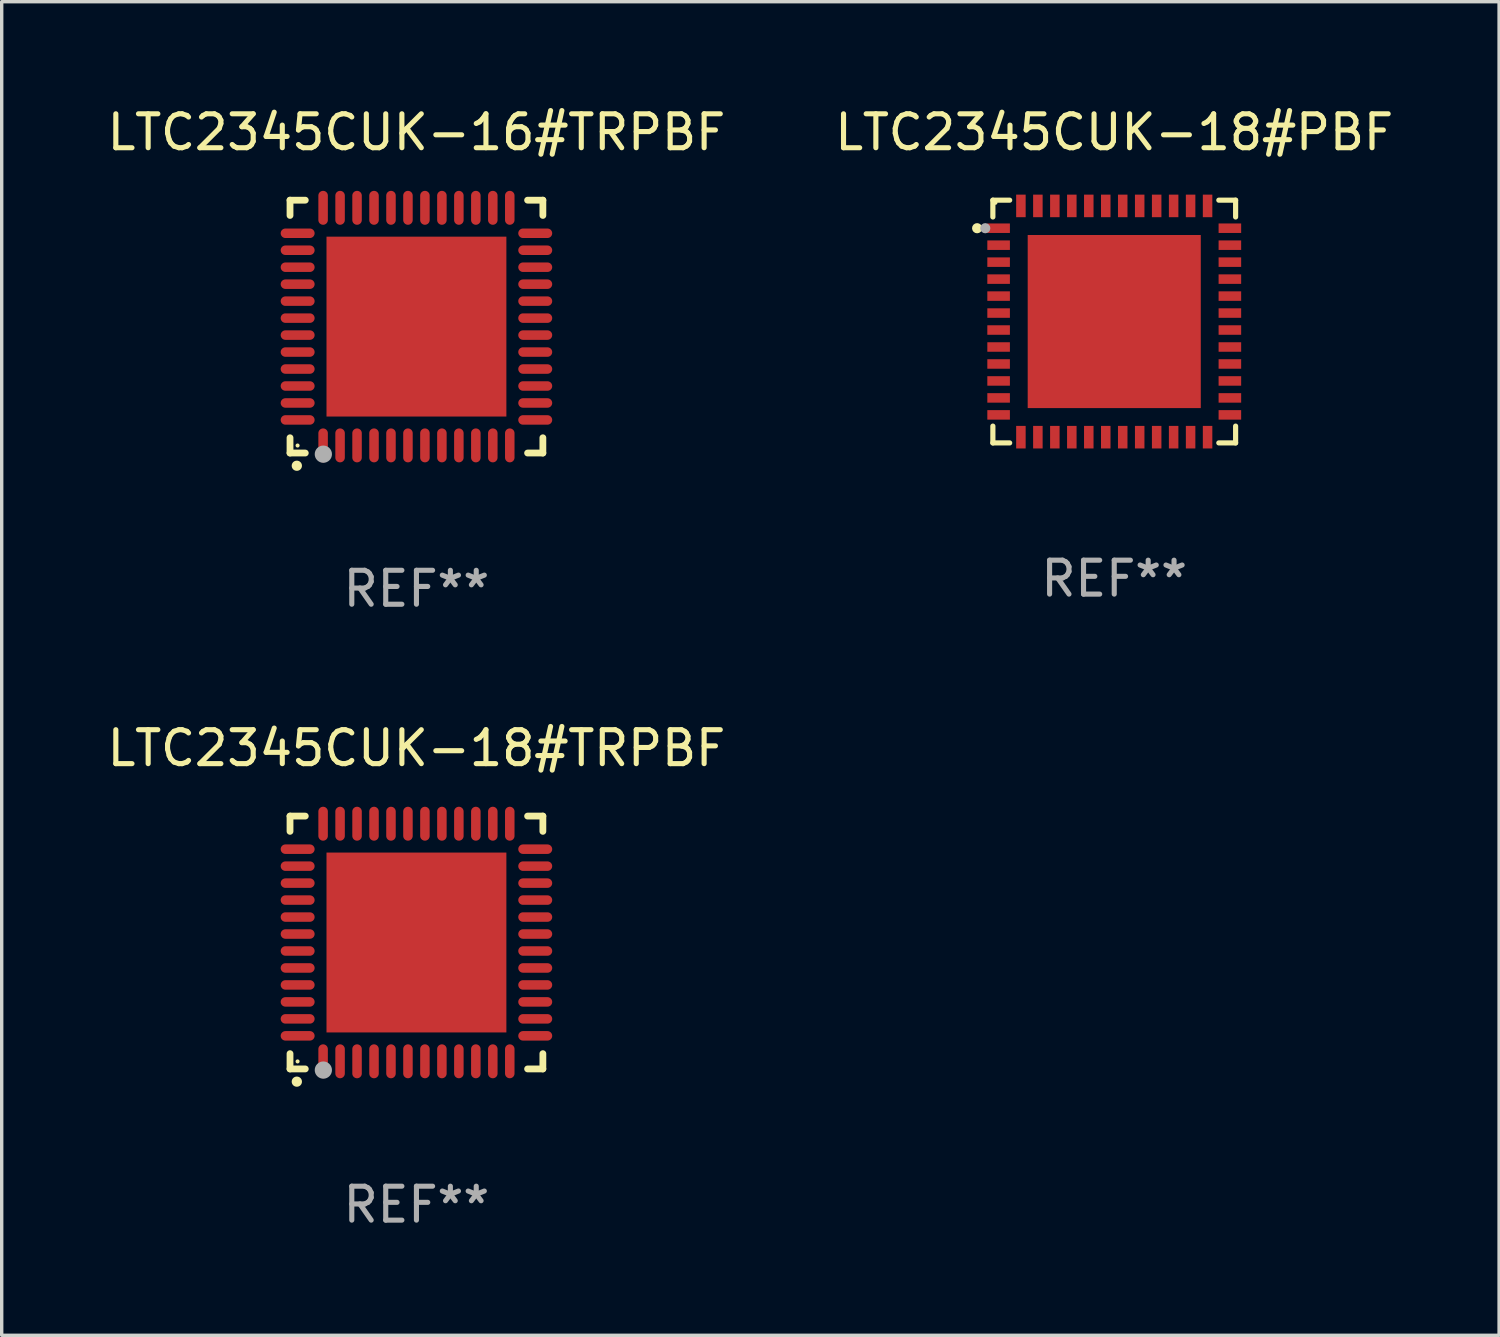
<source format=kicad_pcb>
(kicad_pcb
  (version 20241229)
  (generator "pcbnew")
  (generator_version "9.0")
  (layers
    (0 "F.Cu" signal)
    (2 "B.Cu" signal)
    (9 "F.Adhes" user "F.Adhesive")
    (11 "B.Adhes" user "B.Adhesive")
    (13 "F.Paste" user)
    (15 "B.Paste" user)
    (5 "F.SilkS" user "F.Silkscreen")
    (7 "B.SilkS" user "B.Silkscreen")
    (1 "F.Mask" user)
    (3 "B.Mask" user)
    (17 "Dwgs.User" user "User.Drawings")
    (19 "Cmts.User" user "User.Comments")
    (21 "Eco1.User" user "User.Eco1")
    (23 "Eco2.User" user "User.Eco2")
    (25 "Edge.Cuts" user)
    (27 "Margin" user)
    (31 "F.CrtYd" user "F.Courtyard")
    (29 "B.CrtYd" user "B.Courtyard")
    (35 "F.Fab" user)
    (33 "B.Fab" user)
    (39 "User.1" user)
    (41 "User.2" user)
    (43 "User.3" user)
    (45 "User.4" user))
  (footprint "LTC2345CUK-18#TRPBF"
    (layer "F.Cu")
    (at 9.22 24.72)
    (property "Reference" "LTC2345CUK-18#TRPBF" (at 0 -5.725 0) (layer "F.SilkS") (effects (font (size 1 1) (thickness 0.15))))
    (attr through_hole)
    (fp_line (start -3.725 -3.725) (end -3.275 -3.725) (stroke (width 0.2) (type solid)) (layer "F.SilkS"))
    (fp_line (start -3.725 -3.275) (end -3.725 -3.725) (stroke (width 0.2) (type solid)) (layer "F.SilkS"))
    (fp_line (start -3.725 3.725) (end -3.725 3.275) (stroke (width 0.2) (type solid)) (layer "F.SilkS"))
    (fp_line (start -3.275 3.725) (end -3.725 3.725) (stroke (width 0.2) (type solid)) (layer "F.SilkS"))
    (fp_line (start 3.275 3.725) (end 3.725 3.725) (stroke (width 0.2) (type solid)) (layer "F.SilkS"))
    (fp_line (start 3.725 -3.725) (end 3.275 -3.725) (stroke (width 0.2) (type solid)) (layer "F.SilkS"))
    (fp_line (start 3.725 -3.275) (end 3.725 -3.725) (stroke (width 0.2) (type solid)) (layer "F.SilkS"))
    (fp_line (start 3.725 3.725) (end 3.725 3.275) (stroke (width 0.2) (type solid)) (layer "F.SilkS"))
    (fp_arc (start -3.525527 4.099568) (mid -3.524257 4.099563) (end -3.522987 4.099568) (stroke (width 0.3) (type solid)) (layer "F.SilkS"))
    (fp_circle (center -3.502 3.504) (end -3.472 3.504) (stroke (width 0.06) (type solid)) (fill no) (layer "F.SilkS"))
    (fp_circle (center -2.743 3.759) (end -2.616 3.759) (stroke (width 0.254) (type solid)) (fill no) (layer "F.Fab"))
    (fp_text user "REF**" (at 0 7.725 0) (layer "F.Fab") (effects (font (size 1 1) (thickness 0.15))))
    (pad "1" smd oval (at -2.75 3.5) (size 0.28 1) (layers "F.Cu" "F.Mask" "F.Paste"))
    (pad "2" smd oval (at -2.25 3.5) (size 0.28 1) (layers "F.Cu" "F.Mask" "F.Paste"))
    (pad "3" smd oval (at -1.75 3.5) (size 0.28 1) (layers "F.Cu" "F.Mask" "F.Paste"))
    (pad "4" smd oval (at -1.25 3.5) (size 0.28 1) (layers "F.Cu" "F.Mask" "F.Paste"))
    (pad "5" smd oval (at -0.75 3.5) (size 0.28 1) (layers "F.Cu" "F.Mask" "F.Paste"))
    (pad "6" smd oval (at -0.25 3.5) (size 0.28 1) (layers "F.Cu" "F.Mask" "F.Paste"))
    (pad "7" smd oval (at 0.25 3.5) (size 0.28 1) (layers "F.Cu" "F.Mask" "F.Paste"))
    (pad "8" smd oval (at 0.75 3.5) (size 0.28 1) (layers "F.Cu" "F.Mask" "F.Paste"))
    (pad "9" smd oval (at 1.25 3.5) (size 0.28 1) (layers "F.Cu" "F.Mask" "F.Paste"))
    (pad "10" smd oval (at 1.75 3.5) (size 0.28 1) (layers "F.Cu" "F.Mask" "F.Paste"))
    (pad "11" smd oval (at 2.25 3.5) (size 0.28 1) (layers "F.Cu" "F.Mask" "F.Paste"))
    (pad "12" smd oval (at 2.75 3.5) (size 0.28 1) (layers "F.Cu" "F.Mask" "F.Paste"))
    (pad "13" smd oval (at 3.5 2.75) (size 1 0.28) (layers "F.Cu" "F.Mask" "F.Paste"))
    (pad "14" smd oval (at 3.5 2.25) (size 1 0.28) (layers "F.Cu" "F.Mask" "F.Paste"))
    (pad "15" smd oval (at 3.5 1.75) (size 1 0.28) (layers "F.Cu" "F.Mask" "F.Paste"))
    (pad "16" smd oval (at 3.5 1.25) (size 1 0.28) (layers "F.Cu" "F.Mask" "F.Paste"))
    (pad "17" smd oval (at 3.5 0.75) (size 1 0.28) (layers "F.Cu" "F.Mask" "F.Paste"))
    (pad "18" smd oval (at 3.5 0.25) (size 1 0.28) (layers "F.Cu" "F.Mask" "F.Paste"))
    (pad "19" smd oval (at 3.5 -0.25) (size 1 0.28) (layers "F.Cu" "F.Mask" "F.Paste"))
    (pad "20" smd oval (at 3.5 -0.75) (size 1 0.28) (layers "F.Cu" "F.Mask" "F.Paste"))
    (pad "21" smd oval (at 3.5 -1.25) (size 1 0.28) (layers "F.Cu" "F.Mask" "F.Paste"))
    (pad "22" smd oval (at 3.5 -1.75) (size 1 0.28) (layers "F.Cu" "F.Mask" "F.Paste"))
    (pad "23" smd oval (at 3.5 -2.25) (size 1 0.28) (layers "F.Cu" "F.Mask" "F.Paste"))
    (pad "24" smd oval (at 3.5 -2.75) (size 1 0.28) (layers "F.Cu" "F.Mask" "F.Paste"))
    (pad "25" smd oval (at 2.75 -3.5) (size 0.28 1) (layers "F.Cu" "F.Mask" "F.Paste"))
    (pad "26" smd oval (at 2.25 -3.5) (size 0.28 1) (layers "F.Cu" "F.Mask" "F.Paste"))
    (pad "27" smd oval (at 1.75 -3.5) (size 0.28 1) (layers "F.Cu" "F.Mask" "F.Paste"))
    (pad "28" smd oval (at 1.25 -3.5) (size 0.28 1) (layers "F.Cu" "F.Mask" "F.Paste"))
    (pad "29" smd oval (at 0.75 -3.5) (size 0.28 1) (layers "F.Cu" "F.Mask" "F.Paste"))
    (pad "30" smd oval (at 0.25 -3.5) (size 0.28 1) (layers "F.Cu" "F.Mask" "F.Paste"))
    (pad "31" smd oval (at -0.25 -3.5) (size 0.28 1) (layers "F.Cu" "F.Mask" "F.Paste"))
    (pad "32" smd oval (at -0.75 -3.5) (size 0.28 1) (layers "F.Cu" "F.Mask" "F.Paste"))
    (pad "33" smd oval (at -1.25 -3.5) (size 0.28 1) (layers "F.Cu" "F.Mask" "F.Paste"))
    (pad "34" smd oval (at -1.75 -3.5) (size 0.28 1) (layers "F.Cu" "F.Mask" "F.Paste"))
    (pad "35" smd oval (at -2.25 -3.5) (size 0.28 1) (layers "F.Cu" "F.Mask" "F.Paste"))
    (pad "36" smd oval (at -2.75 -3.5) (size 0.28 1) (layers "F.Cu" "F.Mask" "F.Paste"))
    (pad "37" smd oval (at -3.5 -2.75) (size 1 0.28) (layers "F.Cu" "F.Mask" "F.Paste"))
    (pad "38" smd oval (at -3.5 -2.25) (size 1 0.28) (layers "F.Cu" "F.Mask" "F.Paste"))
    (pad "39" smd oval (at -3.5 -1.75) (size 1 0.28) (layers "F.Cu" "F.Mask" "F.Paste"))
    (pad "40" smd oval (at -3.5 -1.25) (size 1 0.28) (layers "F.Cu" "F.Mask" "F.Paste"))
    (pad "41" smd oval (at -3.5 -0.75) (size 1 0.28) (layers "F.Cu" "F.Mask" "F.Paste"))
    (pad "42" smd oval (at -3.5 -0.25) (size 1 0.28) (layers "F.Cu" "F.Mask" "F.Paste"))
    (pad "43" smd oval (at -3.5 0.25) (size 1 0.28) (layers "F.Cu" "F.Mask" "F.Paste"))
    (pad "44" smd oval (at -3.5 0.75) (size 1 0.28) (layers "F.Cu" "F.Mask" "F.Paste"))
    (pad "45" smd oval (at -3.5 1.25) (size 1 0.28) (layers "F.Cu" "F.Mask" "F.Paste"))
    (pad "46" smd oval (at -3.5 1.75) (size 1 0.28) (layers "F.Cu" "F.Mask" "F.Paste"))
    (pad "47" smd oval (at -3.5 2.25) (size 1 0.28) (layers "F.Cu" "F.Mask" "F.Paste"))
    (pad "48" smd oval (at -3.5 2.75) (size 1 0.28) (layers "F.Cu" "F.Mask" "F.Paste"))
    (pad "49" smd rect (at 0 0) (size 5.3 5.3) (layers "F.Cu" "F.Mask" "F.Paste")))
  (footprint "LTC2345CUK-16#TRPBF"
    (layer "F.Cu")
    (at 9.22 6.573)
    (property "Reference" "LTC2345CUK-16#TRPBF" (at 0 -5.725 0) (layer "F.SilkS") (effects (font (size 1 1) (thickness 0.15))))
    (attr through_hole)
    (fp_line (start -3.725 -3.725) (end -3.275 -3.725) (stroke (width 0.2) (type solid)) (layer "F.SilkS"))
    (fp_line (start -3.725 -3.275) (end -3.725 -3.725) (stroke (width 0.2) (type solid)) (layer "F.SilkS"))
    (fp_line (start -3.725 3.725) (end -3.725 3.275) (stroke (width 0.2) (type solid)) (layer "F.SilkS"))
    (fp_line (start -3.275 3.725) (end -3.725 3.725) (stroke (width 0.2) (type solid)) (layer "F.SilkS"))
    (fp_line (start 3.275 3.725) (end 3.725 3.725) (stroke (width 0.2) (type solid)) (layer "F.SilkS"))
    (fp_line (start 3.725 -3.725) (end 3.275 -3.725) (stroke (width 0.2) (type solid)) (layer "F.SilkS"))
    (fp_line (start 3.725 -3.275) (end 3.725 -3.725) (stroke (width 0.2) (type solid)) (layer "F.SilkS"))
    (fp_line (start 3.725 3.725) (end 3.725 3.275) (stroke (width 0.2) (type solid)) (layer "F.SilkS"))
    (fp_arc (start -3.525527 4.099568) (mid -3.524257 4.099563) (end -3.522987 4.099568) (stroke (width 0.3) (type solid)) (layer "F.SilkS"))
    (fp_circle (center -3.502 3.504) (end -3.472 3.504) (stroke (width 0.06) (type solid)) (fill no) (layer "F.SilkS"))
    (fp_circle (center -2.743 3.759) (end -2.616 3.759) (stroke (width 0.254) (type solid)) (fill no) (layer "F.Fab"))
    (fp_text user "REF**" (at 0 7.725 0) (layer "F.Fab") (effects (font (size 1 1) (thickness 0.15))))
    (pad "1" smd oval (at -2.75 3.5) (size 0.28 1) (layers "F.Cu" "F.Mask" "F.Paste"))
    (pad "2" smd oval (at -2.25 3.5) (size 0.28 1) (layers "F.Cu" "F.Mask" "F.Paste"))
    (pad "3" smd oval (at -1.75 3.5) (size 0.28 1) (layers "F.Cu" "F.Mask" "F.Paste"))
    (pad "4" smd oval (at -1.25 3.5) (size 0.28 1) (layers "F.Cu" "F.Mask" "F.Paste"))
    (pad "5" smd oval (at -0.75 3.5) (size 0.28 1) (layers "F.Cu" "F.Mask" "F.Paste"))
    (pad "6" smd oval (at -0.25 3.5) (size 0.28 1) (layers "F.Cu" "F.Mask" "F.Paste"))
    (pad "7" smd oval (at 0.25 3.5) (size 0.28 1) (layers "F.Cu" "F.Mask" "F.Paste"))
    (pad "8" smd oval (at 0.75 3.5) (size 0.28 1) (layers "F.Cu" "F.Mask" "F.Paste"))
    (pad "9" smd oval (at 1.25 3.5) (size 0.28 1) (layers "F.Cu" "F.Mask" "F.Paste"))
    (pad "10" smd oval (at 1.75 3.5) (size 0.28 1) (layers "F.Cu" "F.Mask" "F.Paste"))
    (pad "11" smd oval (at 2.25 3.5) (size 0.28 1) (layers "F.Cu" "F.Mask" "F.Paste"))
    (pad "12" smd oval (at 2.75 3.5) (size 0.28 1) (layers "F.Cu" "F.Mask" "F.Paste"))
    (pad "13" smd oval (at 3.5 2.75) (size 1 0.28) (layers "F.Cu" "F.Mask" "F.Paste"))
    (pad "14" smd oval (at 3.5 2.25) (size 1 0.28) (layers "F.Cu" "F.Mask" "F.Paste"))
    (pad "15" smd oval (at 3.5 1.75) (size 1 0.28) (layers "F.Cu" "F.Mask" "F.Paste"))
    (pad "16" smd oval (at 3.5 1.25) (size 1 0.28) (layers "F.Cu" "F.Mask" "F.Paste"))
    (pad "17" smd oval (at 3.5 0.75) (size 1 0.28) (layers "F.Cu" "F.Mask" "F.Paste"))
    (pad "18" smd oval (at 3.5 0.25) (size 1 0.28) (layers "F.Cu" "F.Mask" "F.Paste"))
    (pad "19" smd oval (at 3.5 -0.25) (size 1 0.28) (layers "F.Cu" "F.Mask" "F.Paste"))
    (pad "20" smd oval (at 3.5 -0.75) (size 1 0.28) (layers "F.Cu" "F.Mask" "F.Paste"))
    (pad "21" smd oval (at 3.5 -1.25) (size 1 0.28) (layers "F.Cu" "F.Mask" "F.Paste"))
    (pad "22" smd oval (at 3.5 -1.75) (size 1 0.28) (layers "F.Cu" "F.Mask" "F.Paste"))
    (pad "23" smd oval (at 3.5 -2.25) (size 1 0.28) (layers "F.Cu" "F.Mask" "F.Paste"))
    (pad "24" smd oval (at 3.5 -2.75) (size 1 0.28) (layers "F.Cu" "F.Mask" "F.Paste"))
    (pad "25" smd oval (at 2.75 -3.5) (size 0.28 1) (layers "F.Cu" "F.Mask" "F.Paste"))
    (pad "26" smd oval (at 2.25 -3.5) (size 0.28 1) (layers "F.Cu" "F.Mask" "F.Paste"))
    (pad "27" smd oval (at 1.75 -3.5) (size 0.28 1) (layers "F.Cu" "F.Mask" "F.Paste"))
    (pad "28" smd oval (at 1.25 -3.5) (size 0.28 1) (layers "F.Cu" "F.Mask" "F.Paste"))
    (pad "29" smd oval (at 0.75 -3.5) (size 0.28 1) (layers "F.Cu" "F.Mask" "F.Paste"))
    (pad "30" smd oval (at 0.25 -3.5) (size 0.28 1) (layers "F.Cu" "F.Mask" "F.Paste"))
    (pad "31" smd oval (at -0.25 -3.5) (size 0.28 1) (layers "F.Cu" "F.Mask" "F.Paste"))
    (pad "32" smd oval (at -0.75 -3.5) (size 0.28 1) (layers "F.Cu" "F.Mask" "F.Paste"))
    (pad "33" smd oval (at -1.25 -3.5) (size 0.28 1) (layers "F.Cu" "F.Mask" "F.Paste"))
    (pad "34" smd oval (at -1.75 -3.5) (size 0.28 1) (layers "F.Cu" "F.Mask" "F.Paste"))
    (pad "35" smd oval (at -2.25 -3.5) (size 0.28 1) (layers "F.Cu" "F.Mask" "F.Paste"))
    (pad "36" smd oval (at -2.75 -3.5) (size 0.28 1) (layers "F.Cu" "F.Mask" "F.Paste"))
    (pad "37" smd oval (at -3.5 -2.75) (size 1 0.28) (layers "F.Cu" "F.Mask" "F.Paste"))
    (pad "38" smd oval (at -3.5 -2.25) (size 1 0.28) (layers "F.Cu" "F.Mask" "F.Paste"))
    (pad "39" smd oval (at -3.5 -1.75) (size 1 0.28) (layers "F.Cu" "F.Mask" "F.Paste"))
    (pad "40" smd oval (at -3.5 -1.25) (size 1 0.28) (layers "F.Cu" "F.Mask" "F.Paste"))
    (pad "41" smd oval (at -3.5 -0.75) (size 1 0.28) (layers "F.Cu" "F.Mask" "F.Paste"))
    (pad "42" smd oval (at -3.5 -0.25) (size 1 0.28) (layers "F.Cu" "F.Mask" "F.Paste"))
    (pad "43" smd oval (at -3.5 0.25) (size 1 0.28) (layers "F.Cu" "F.Mask" "F.Paste"))
    (pad "44" smd oval (at -3.5 0.75) (size 1 0.28) (layers "F.Cu" "F.Mask" "F.Paste"))
    (pad "45" smd oval (at -3.5 1.25) (size 1 0.28) (layers "F.Cu" "F.Mask" "F.Paste"))
    (pad "46" smd oval (at -3.5 1.75) (size 1 0.28) (layers "F.Cu" "F.Mask" "F.Paste"))
    (pad "47" smd oval (at -3.5 2.25) (size 1 0.28) (layers "F.Cu" "F.Mask" "F.Paste"))
    (pad "48" smd oval (at -3.5 2.75) (size 1 0.28) (layers "F.Cu" "F.Mask" "F.Paste"))
    (pad "49" smd rect (at 0 0) (size 5.3 5.3) (layers "F.Cu" "F.Mask" "F.Paste")))
  (footprint "LTC2345CUK-18#PBF"
    (layer "F.Cu")
    (at 29.78 6.424)
    (property "Reference" "LTC2345CUK-18#PBF" (at 0 -5.576 0) (layer "F.SilkS") (effects (font (size 1 1) (thickness 0.15))))
    (attr through_hole)
    (fp_line (start -3.576 -3.576) (end -3.576 -3.081) (stroke (width 0.152) (type solid)) (layer "F.SilkS"))
    (fp_line (start -3.576 3.576) (end -3.576 3.081) (stroke (width 0.152) (type solid)) (layer "F.SilkS"))
    (fp_line (start -3.081 -3.576) (end -3.576 -3.576) (stroke (width 0.152) (type solid)) (layer "F.SilkS"))
    (fp_line (start -3.081 3.576) (end -3.576 3.576) (stroke (width 0.152) (type solid)) (layer "F.SilkS"))
    (fp_line (start 3.081 -3.576) (end 3.576 -3.576) (stroke (width 0.152) (type solid)) (layer "F.SilkS"))
    (fp_line (start 3.081 3.576) (end 3.576 3.576) (stroke (width 0.152) (type solid)) (layer "F.SilkS"))
    (fp_line (start 3.576 -3.576) (end 3.576 -3.081) (stroke (width 0.152) (type solid)) (layer "F.SilkS"))
    (fp_line (start 3.576 3.576) (end 3.576 3.081) (stroke (width 0.152) (type solid)) (layer "F.SilkS"))
    (fp_circle (center -4.04 -2.75) (end -3.965 -2.75) (stroke (width 0.15) (type solid)) (fill no) (layer "F.SilkS"))
    (fp_circle (center -3.5 -3.5) (end -3.47 -3.5) (stroke (width 0.06) (type solid)) (fill no) (layer "F.SilkS"))
    (fp_circle (center -3.8 -2.75) (end -3.725 -2.75) (stroke (width 0.15) (type solid)) (fill no) (layer "F.Fab"))
    (fp_text user "REF**" (at 0 7.576 0) (layer "F.Fab") (effects (font (size 1 1) (thickness 0.15))))
    (pad "1" smd rect (at -3.407 -2.75) (size 0.665 0.28) (layers "F.Cu" "F.Mask" "F.Paste"))
    (pad "2" smd rect (at -3.407 -2.25) (size 0.665 0.28) (layers "F.Cu" "F.Mask" "F.Paste"))
    (pad "3" smd rect (at -3.407 -1.75) (size 0.665 0.28) (layers "F.Cu" "F.Mask" "F.Paste"))
    (pad "4" smd rect (at -3.407 -1.25) (size 0.665 0.28) (layers "F.Cu" "F.Mask" "F.Paste"))
    (pad "5" smd rect (at -3.407 -0.75) (size 0.665 0.28) (layers "F.Cu" "F.Mask" "F.Paste"))
    (pad "6" smd rect (at -3.407 -0.25) (size 0.665 0.28) (layers "F.Cu" "F.Mask" "F.Paste"))
    (pad "7" smd rect (at -3.407 0.25) (size 0.665 0.28) (layers "F.Cu" "F.Mask" "F.Paste"))
    (pad "8" smd rect (at -3.407 0.75) (size 0.665 0.28) (layers "F.Cu" "F.Mask" "F.Paste"))
    (pad "9" smd rect (at -3.407 1.25) (size 0.665 0.28) (layers "F.Cu" "F.Mask" "F.Paste"))
    (pad "10" smd rect (at -3.407 1.75) (size 0.665 0.28) (layers "F.Cu" "F.Mask" "F.Paste"))
    (pad "11" smd rect (at -3.407 2.25) (size 0.665 0.28) (layers "F.Cu" "F.Mask" "F.Paste"))
    (pad "12" smd rect (at -3.407 2.75) (size 0.665 0.28) (layers "F.Cu" "F.Mask" "F.Paste"))
    (pad "13" smd rect (at -2.75 3.407) (size 0.28 0.665) (layers "F.Cu" "F.Mask" "F.Paste"))
    (pad "14" smd rect (at -2.25 3.407) (size 0.28 0.665) (layers "F.Cu" "F.Mask" "F.Paste"))
    (pad "15" smd rect (at -1.75 3.407) (size 0.28 0.665) (layers "F.Cu" "F.Mask" "F.Paste"))
    (pad "16" smd rect (at -1.25 3.407) (size 0.28 0.665) (layers "F.Cu" "F.Mask" "F.Paste"))
    (pad "17" smd rect (at -0.75 3.407) (size 0.28 0.665) (layers "F.Cu" "F.Mask" "F.Paste"))
    (pad "18" smd rect (at -0.25 3.407) (size 0.28 0.665) (layers "F.Cu" "F.Mask" "F.Paste"))
    (pad "19" smd rect (at 0.25 3.407) (size 0.28 0.665) (layers "F.Cu" "F.Mask" "F.Paste"))
    (pad "20" smd rect (at 0.75 3.407) (size 0.28 0.665) (layers "F.Cu" "F.Mask" "F.Paste"))
    (pad "21" smd rect (at 1.25 3.407) (size 0.28 0.665) (layers "F.Cu" "F.Mask" "F.Paste"))
    (pad "22" smd rect (at 1.75 3.407) (size 0.28 0.665) (layers "F.Cu" "F.Mask" "F.Paste"))
    (pad "23" smd rect (at 2.25 3.407) (size 0.28 0.665) (layers "F.Cu" "F.Mask" "F.Paste"))
    (pad "24" smd rect (at 2.75 3.407) (size 0.28 0.665) (layers "F.Cu" "F.Mask" "F.Paste"))
    (pad "25" smd rect (at 3.407 2.75) (size 0.665 0.28) (layers "F.Cu" "F.Mask" "F.Paste"))
    (pad "26" smd rect (at 3.407 2.25) (size 0.665 0.28) (layers "F.Cu" "F.Mask" "F.Paste"))
    (pad "27" smd rect (at 3.407 1.75) (size 0.665 0.28) (layers "F.Cu" "F.Mask" "F.Paste"))
    (pad "28" smd rect (at 3.407 1.25) (size 0.665 0.28) (layers "F.Cu" "F.Mask" "F.Paste"))
    (pad "29" smd rect (at 3.407 0.75) (size 0.665 0.28) (layers "F.Cu" "F.Mask" "F.Paste"))
    (pad "30" smd rect (at 3.407 0.25) (size 0.665 0.28) (layers "F.Cu" "F.Mask" "F.Paste"))
    (pad "31" smd rect (at 3.407 -0.25) (size 0.665 0.28) (layers "F.Cu" "F.Mask" "F.Paste"))
    (pad "32" smd rect (at 3.407 -0.75) (size 0.665 0.28) (layers "F.Cu" "F.Mask" "F.Paste"))
    (pad "33" smd rect (at 3.407 -1.25) (size 0.665 0.28) (layers "F.Cu" "F.Mask" "F.Paste"))
    (pad "34" smd rect (at 3.407 -1.75) (size 0.665 0.28) (layers "F.Cu" "F.Mask" "F.Paste"))
    (pad "35" smd rect (at 3.407 -2.25) (size 0.665 0.28) (layers "F.Cu" "F.Mask" "F.Paste"))
    (pad "36" smd rect (at 3.407 -2.75) (size 0.665 0.28) (layers "F.Cu" "F.Mask" "F.Paste"))
    (pad "37" smd rect (at 2.75 -3.407) (size 0.28 0.665) (layers "F.Cu" "F.Mask" "F.Paste"))
    (pad "38" smd rect (at 2.25 -3.407) (size 0.28 0.665) (layers "F.Cu" "F.Mask" "F.Paste"))
    (pad "39" smd rect (at 1.75 -3.407) (size 0.28 0.665) (layers "F.Cu" "F.Mask" "F.Paste"))
    (pad "40" smd rect (at 1.25 -3.407) (size 0.28 0.665) (layers "F.Cu" "F.Mask" "F.Paste"))
    (pad "41" smd rect (at 0.75 -3.407) (size 0.28 0.665) (layers "F.Cu" "F.Mask" "F.Paste"))
    (pad "42" smd rect (at 0.25 -3.407) (size 0.28 0.665) (layers "F.Cu" "F.Mask" "F.Paste"))
    (pad "43" smd rect (at -0.25 -3.407) (size 0.28 0.665) (layers "F.Cu" "F.Mask" "F.Paste"))
    (pad "44" smd rect (at -0.75 -3.407) (size 0.28 0.665) (layers "F.Cu" "F.Mask" "F.Paste"))
    (pad "45" smd rect (at -1.25 -3.407) (size 0.28 0.665) (layers "F.Cu" "F.Mask" "F.Paste"))
    (pad "46" smd rect (at -1.75 -3.407) (size 0.28 0.665) (layers "F.Cu" "F.Mask" "F.Paste"))
    (pad "47" smd rect (at -2.25 -3.407) (size 0.28 0.665) (layers "F.Cu" "F.Mask" "F.Paste"))
    (pad "48" smd rect (at -2.75 -3.407) (size 0.28 0.665) (layers "F.Cu" "F.Mask" "F.Paste"))
    (pad "49" smd rect (at 0 0) (size 5.1 5.1) (layers "F.Cu" "F.Mask" "F.Paste")))
  (gr_rect
    (start -3 -3)
    (end 41.119 36.293)
    (stroke (width 0.1) (type default))
    (fill no)
    (layer "Edge.Cuts")))
</source>
